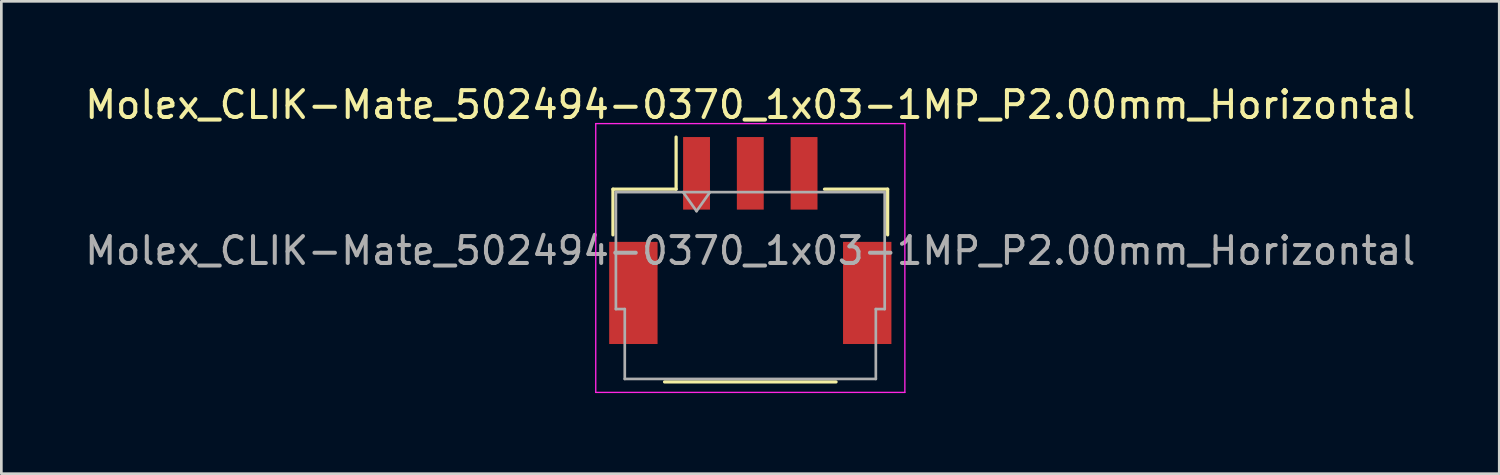
<source format=kicad_pcb>
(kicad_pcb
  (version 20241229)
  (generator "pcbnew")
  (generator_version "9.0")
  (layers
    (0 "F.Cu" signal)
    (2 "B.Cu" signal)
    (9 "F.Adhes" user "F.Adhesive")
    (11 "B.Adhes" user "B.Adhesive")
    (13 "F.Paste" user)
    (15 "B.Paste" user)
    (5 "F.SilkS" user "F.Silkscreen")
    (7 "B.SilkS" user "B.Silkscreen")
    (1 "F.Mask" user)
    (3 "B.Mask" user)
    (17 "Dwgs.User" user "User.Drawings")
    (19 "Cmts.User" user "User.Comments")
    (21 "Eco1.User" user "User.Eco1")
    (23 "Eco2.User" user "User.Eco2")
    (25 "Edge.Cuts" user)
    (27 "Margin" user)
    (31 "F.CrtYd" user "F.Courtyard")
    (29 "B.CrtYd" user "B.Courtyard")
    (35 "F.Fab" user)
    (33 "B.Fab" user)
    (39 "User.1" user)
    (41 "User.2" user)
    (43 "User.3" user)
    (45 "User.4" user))
  (footprint "Molex_CLIK-Mate_502494-0370_1x03-1MP_P2.00mm_Horizontal"
    (layer "F.Cu")
    (at 24.863 5.898)
    (property "Reference" "Molex_CLIK-Mate_502494-0370_1x03-1MP_P2.00mm_Horizontal" (at 0 -5.05 0) (layer "F.SilkS") (effects (font (size 1 1) (thickness 0.15))))
    (attr smd)
    (fp_line (start -5.11 -1.91) (end -2.76 -1.91) (stroke (width 0.12) (type solid)) (layer "F.SilkS"))
    (fp_line (start -5.11 -0.21) (end -5.11 -1.91) (stroke (width 0.12) (type solid)) (layer "F.SilkS"))
    (fp_line (start -3.19 5.26) (end 3.19 5.26) (stroke (width 0.12) (type solid)) (layer "F.SilkS"))
    (fp_line (start -2.76 -1.91) (end -2.76 -3.85) (stroke (width 0.12) (type solid)) (layer "F.SilkS"))
    (fp_line (start 5.11 -1.91) (end 2.76 -1.91) (stroke (width 0.12) (type solid)) (layer "F.SilkS"))
    (fp_line (start 5.11 -0.21) (end 5.11 -1.91) (stroke (width 0.12) (type solid)) (layer "F.SilkS"))
    (fp_line (start -5.75 -4.35) (end -5.75 5.65) (stroke (width 0.05) (type solid)) (layer "F.CrtYd"))
    (fp_line (start -5.75 5.65) (end 5.75 5.65) (stroke (width 0.05) (type solid)) (layer "F.CrtYd"))
    (fp_line (start 5.75 -4.35) (end -5.75 -4.35) (stroke (width 0.05) (type solid)) (layer "F.CrtYd"))
    (fp_line (start 5.75 5.65) (end 5.75 -4.35) (stroke (width 0.05) (type solid)) (layer "F.CrtYd"))
    (fp_line (start -5 -1.8) (end -5 2.55) (stroke (width 0.1) (type solid)) (layer "F.Fab"))
    (fp_line (start -5 -1.8) (end 5 -1.8) (stroke (width 0.1) (type solid)) (layer "F.Fab"))
    (fp_line (start -5 2.55) (end -4.67 2.55) (stroke (width 0.1) (type solid)) (layer "F.Fab"))
    (fp_line (start -4.67 2.55) (end -4.67 5.15) (stroke (width 0.1) (type solid)) (layer "F.Fab"))
    (fp_line (start -4.67 5.15) (end 4.67 5.15) (stroke (width 0.1) (type solid)) (layer "F.Fab"))
    (fp_line (start -2.5 -1.8) (end -2 -1.093) (stroke (width 0.1) (type solid)) (layer "F.Fab"))
    (fp_line (start -2 -1.093) (end -1.5 -1.8) (stroke (width 0.1) (type solid)) (layer "F.Fab"))
    (fp_line (start 4.67 2.55) (end 5 2.55) (stroke (width 0.1) (type solid)) (layer "F.Fab"))
    (fp_line (start 4.67 5.15) (end 4.67 2.55) (stroke (width 0.1) (type solid)) (layer "F.Fab"))
    (fp_line (start 5 -1.8) (end 5 2.55) (stroke (width 0.1) (type solid)) (layer "F.Fab"))
    (fp_text user "${REFERENCE}" (at 0 0.38 0) (layer "F.Fab") (effects (font (size 1 1) (thickness 0.15))))
    (pad "1" smd rect (at -2 -2.5) (size 1 2.7) (layers "F.Cu" "F.Mask" "F.Paste"))
    (pad "2" smd rect (at 0 -2.5) (size 1 2.7) (layers "F.Cu" "F.Mask" "F.Paste"))
    (pad "3" smd rect (at 2 -2.5) (size 1 2.7) (layers "F.Cu" "F.Mask" "F.Paste"))
    (pad "MP" smd rect (at -4.35 1.95) (size 1.8 3.8) (layers "F.Cu" "F.Mask" "F.Paste"))
    (pad "MP" smd rect (at 4.35 1.95) (size 1.8 3.8) (layers "F.Cu" "F.Mask" "F.Paste")))
  (gr_rect
    (start -3 -3)
    (end 52.726 14.573)
    (stroke (width 0.1) (type default))
    (fill no)
    (layer "Edge.Cuts")))
</source>
